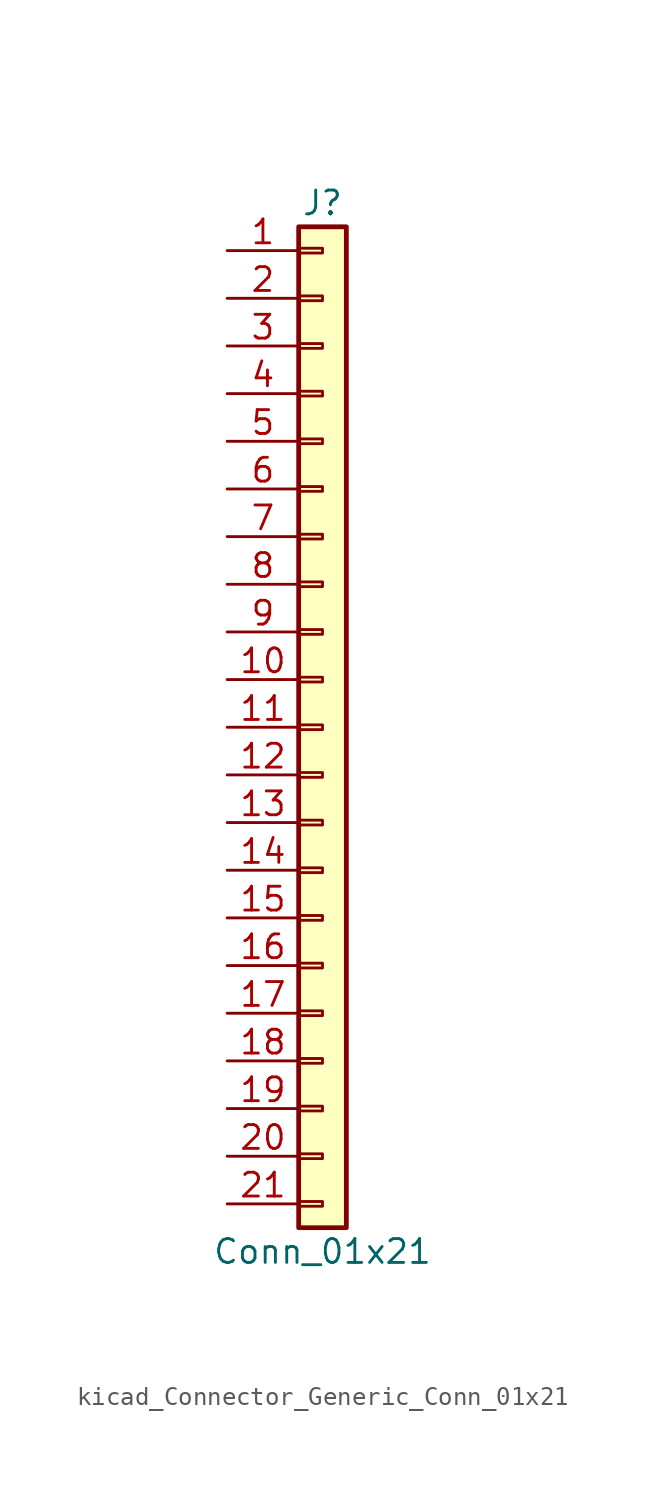
<source format=kicad_sym>
(kicad_symbol_lib
  (version 20220914)
  (generator kicad_symbol_editor)
  (symbol "kicad_Connector_Generic_Conn_01x21"
    (pin_names
      (offset 1.016) hide)
    (property "Reference" "J"
      (at 0 27.94 0)
      (effects (font (size 1.27 1.27))))
    (property "Value" "Conn_01x21"
      (at 0 -27.94 0)
      (effects (font (size 1.27 1.27))))
    (symbol "kicad_Connector_Generic_Conn_01x21_1_1"
      (rectangle (start -1.27 -25.273) (end 0 -25.527) (stroke (width 0.152) (type default)) (fill (type none)))
      (rectangle (start -1.27 -22.733) (end 0 -22.987) (stroke (width 0.152) (type default)) (fill (type none)))
      (rectangle (start -1.27 -20.193) (end 0 -20.447) (stroke (width 0.152) (type default)) (fill (type none)))
      (rectangle (start -1.27 -17.653) (end 0 -17.907) (stroke (width 0.152) (type default)) (fill (type none)))
      (rectangle (start -1.27 -15.113) (end 0 -15.367) (stroke (width 0.152) (type default)) (fill (type none)))
      (rectangle (start -1.27 -12.573) (end 0 -12.827) (stroke (width 0.152) (type default)) (fill (type none)))
      (rectangle (start -1.27 -10.033) (end 0 -10.287) (stroke (width 0.152) (type default)) (fill (type none)))
      (rectangle (start -1.27 -7.493) (end 0 -7.747) (stroke (width 0.152) (type default)) (fill (type none)))
      (rectangle (start -1.27 -4.953) (end 0 -5.207) (stroke (width 0.152) (type default)) (fill (type none)))
      (rectangle (start -1.27 -2.413) (end 0 -2.667) (stroke (width 0.152) (type default)) (fill (type none)))
      (rectangle (start -1.27 0.127) (end 0 -0.127) (stroke (width 0.152) (type default)) (fill (type none)))
      (rectangle (start -1.27 2.667) (end 0 2.413) (stroke (width 0.152) (type default)) (fill (type none)))
      (rectangle (start -1.27 5.207) (end 0 4.953) (stroke (width 0.152) (type default)) (fill (type none)))
      (rectangle (start -1.27 7.747) (end 0 7.493) (stroke (width 0.152) (type default)) (fill (type none)))
      (rectangle (start -1.27 10.287) (end 0 10.033) (stroke (width 0.152) (type default)) (fill (type none)))
      (rectangle (start -1.27 12.827) (end 0 12.573) (stroke (width 0.152) (type default)) (fill (type none)))
      (rectangle (start -1.27 15.367) (end 0 15.113) (stroke (width 0.152) (type default)) (fill (type none)))
      (rectangle (start -1.27 17.907) (end 0 17.653) (stroke (width 0.152) (type default)) (fill (type none)))
      (rectangle (start -1.27 20.447) (end 0 20.193) (stroke (width 0.152) (type default)) (fill (type none)))
      (rectangle (start -1.27 22.987) (end 0 22.733) (stroke (width 0.152) (type default)) (fill (type none)))
      (rectangle (start -1.27 25.527) (end 0 25.273) (stroke (width 0.152) (type default)) (fill (type none)))
      (rectangle (start -1.27 26.67) (end 1.27 -26.67) (stroke (width 0.254) (type default)) (fill (type background)))
      (pin passive line (at -5.08 25.4 0) (length 3.81) (name "Pin_1" (effects (font (size 1.27 1.27)))) (number "1" (effects (font (size 1.27 1.27)))))
      (pin passive line (at -5.08 2.54 0) (length 3.81) (name "Pin_10" (effects (font (size 1.27 1.27)))) (number "10" (effects (font (size 1.27 1.27)))))
      (pin passive line (at -5.08 0 0) (length 3.81) (name "Pin_11" (effects (font (size 1.27 1.27)))) (number "11" (effects (font (size 1.27 1.27)))))
      (pin passive line (at -5.08 -2.54 0) (length 3.81) (name "Pin_12" (effects (font (size 1.27 1.27)))) (number "12" (effects (font (size 1.27 1.27)))))
      (pin passive line (at -5.08 -5.08 0) (length 3.81) (name "Pin_13" (effects (font (size 1.27 1.27)))) (number "13" (effects (font (size 1.27 1.27)))))
      (pin passive line (at -5.08 -7.62 0) (length 3.81) (name "Pin_14" (effects (font (size 1.27 1.27)))) (number "14" (effects (font (size 1.27 1.27)))))
      (pin passive line (at -5.08 -10.16 0) (length 3.81) (name "Pin_15" (effects (font (size 1.27 1.27)))) (number "15" (effects (font (size 1.27 1.27)))))
      (pin passive line (at -5.08 -12.7 0) (length 3.81) (name "Pin_16" (effects (font (size 1.27 1.27)))) (number "16" (effects (font (size 1.27 1.27)))))
      (pin passive line (at -5.08 -15.24 0) (length 3.81) (name "Pin_17" (effects (font (size 1.27 1.27)))) (number "17" (effects (font (size 1.27 1.27)))))
      (pin passive line (at -5.08 -17.78 0) (length 3.81) (name "Pin_18" (effects (font (size 1.27 1.27)))) (number "18" (effects (font (size 1.27 1.27)))))
      (pin passive line (at -5.08 -20.32 0) (length 3.81) (name "Pin_19" (effects (font (size 1.27 1.27)))) (number "19" (effects (font (size 1.27 1.27)))))
      (pin passive line (at -5.08 22.86 0) (length 3.81) (name "Pin_2" (effects (font (size 1.27 1.27)))) (number "2" (effects (font (size 1.27 1.27)))))
      (pin passive line (at -5.08 -22.86 0) (length 3.81) (name "Pin_20" (effects (font (size 1.27 1.27)))) (number "20" (effects (font (size 1.27 1.27)))))
      (pin passive line (at -5.08 -25.4 0) (length 3.81) (name "Pin_21" (effects (font (size 1.27 1.27)))) (number "21" (effects (font (size 1.27 1.27)))))
      (pin passive line (at -5.08 20.32 0) (length 3.81) (name "Pin_3" (effects (font (size 1.27 1.27)))) (number "3" (effects (font (size 1.27 1.27)))))
      (pin passive line (at -5.08 17.78 0) (length 3.81) (name "Pin_4" (effects (font (size 1.27 1.27)))) (number "4" (effects (font (size 1.27 1.27)))))
      (pin passive line (at -5.08 15.24 0) (length 3.81) (name "Pin_5" (effects (font (size 1.27 1.27)))) (number "5" (effects (font (size 1.27 1.27)))))
      (pin passive line (at -5.08 12.7 0) (length 3.81) (name "Pin_6" (effects (font (size 1.27 1.27)))) (number "6" (effects (font (size 1.27 1.27)))))
      (pin passive line (at -5.08 10.16 0) (length 3.81) (name "Pin_7" (effects (font (size 1.27 1.27)))) (number "7" (effects (font (size 1.27 1.27)))))
      (pin passive line (at -5.08 7.62 0) (length 3.81) (name "Pin_8" (effects (font (size 1.27 1.27)))) (number "8" (effects (font (size 1.27 1.27)))))
      (pin passive line (at -5.08 5.08 0) (length 3.81) (name "Pin_9" (effects (font (size 1.27 1.27)))) (number "9" (effects (font (size 1.27 1.27))))))))
</source>
